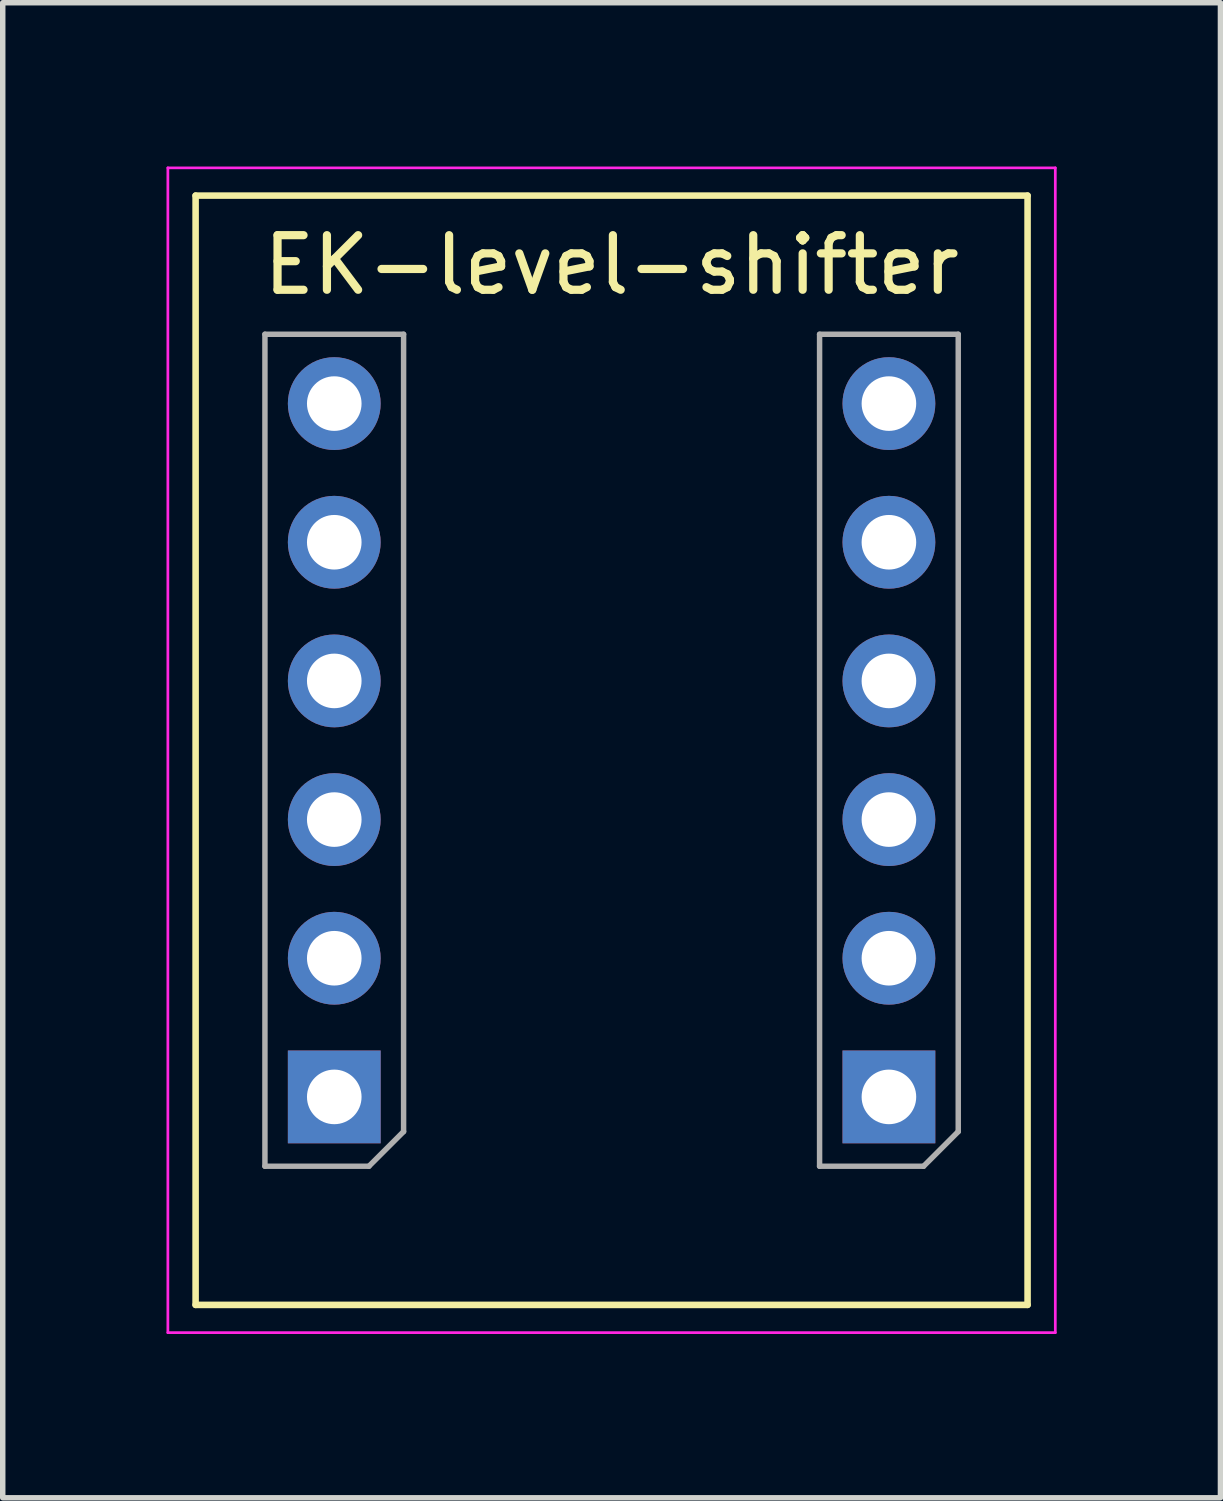
<source format=kicad_pcb>
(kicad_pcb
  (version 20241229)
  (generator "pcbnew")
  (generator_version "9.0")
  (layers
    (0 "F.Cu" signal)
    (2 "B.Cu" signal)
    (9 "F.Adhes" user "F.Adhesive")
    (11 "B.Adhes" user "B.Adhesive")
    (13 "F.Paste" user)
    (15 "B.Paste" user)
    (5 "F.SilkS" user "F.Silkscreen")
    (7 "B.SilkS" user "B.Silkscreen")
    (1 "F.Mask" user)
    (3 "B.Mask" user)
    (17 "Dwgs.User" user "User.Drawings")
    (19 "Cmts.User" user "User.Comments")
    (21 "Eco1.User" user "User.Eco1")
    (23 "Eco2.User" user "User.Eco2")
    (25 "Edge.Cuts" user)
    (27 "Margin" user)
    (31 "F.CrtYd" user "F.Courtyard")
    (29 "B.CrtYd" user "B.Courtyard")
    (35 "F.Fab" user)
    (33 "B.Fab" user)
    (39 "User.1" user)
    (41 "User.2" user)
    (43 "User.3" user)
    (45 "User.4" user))
  (footprint "EK-level-shifter"
    (layer "F.Cu")
    (at 3.073 4.343)
    (property "Reference" "EK-level-shifter" (at 5.08 -2.54 0) (layer "F.SilkS") (effects (font (size 1 1) (thickness 0.15))))
    (attr through_hole)
    (fp_line (start -2.54 16.51) (end -2.54 -3.81) (stroke (width 0.12) (type solid)) (layer "F.SilkS"))
    (fp_line (start 12.7 -3.81) (end -2.54 -3.81) (stroke (width 0.12) (type solid)) (layer "F.SilkS"))
    (fp_line (start 12.7 16.51) (end -2.54 16.51) (stroke (width 0.12) (type solid)) (layer "F.SilkS"))
    (fp_line (start 12.7 16.51) (end 12.7 -3.81) (stroke (width 0.12) (type solid)) (layer "F.SilkS"))
    (fp_line (start -3.048 -4.318) (end -3.048 17.018) (stroke (width 0.05) (type solid)) (layer "F.CrtYd"))
    (fp_line (start -3.048 17.018) (end 13.208 17.018) (stroke (width 0.05) (type solid)) (layer "F.CrtYd"))
    (fp_line (start 13.208 -4.318) (end -3.048 -4.318) (stroke (width 0.05) (type solid)) (layer "F.CrtYd"))
    (fp_line (start 13.208 -4.318) (end 13.208 17.018) (stroke (width 0.05) (type solid)) (layer "F.CrtYd"))
    (fp_line (start -1.27 -1.27) (end 1.27 -1.27) (stroke (width 0.1) (type solid)) (layer "F.Fab"))
    (fp_line (start -1.27 13.97) (end -1.27 -1.27) (stroke (width 0.1) (type solid)) (layer "F.Fab"))
    (fp_line (start 0.635 13.97) (end -1.27 13.97) (stroke (width 0.1) (type solid)) (layer "F.Fab"))
    (fp_line (start 1.27 -1.27) (end 1.27 13.335) (stroke (width 0.1) (type solid)) (layer "F.Fab"))
    (fp_line (start 1.27 13.335) (end 0.635 13.97) (stroke (width 0.1) (type solid)) (layer "F.Fab"))
    (fp_line (start 8.89 -1.27) (end 11.43 -1.27) (stroke (width 0.1) (type solid)) (layer "F.Fab"))
    (fp_line (start 8.89 13.97) (end 8.89 -1.27) (stroke (width 0.1) (type solid)) (layer "F.Fab"))
    (fp_line (start 10.795 13.97) (end 8.89 13.97) (stroke (width 0.1) (type solid)) (layer "F.Fab"))
    (fp_line (start 11.43 -1.27) (end 11.43 13.335) (stroke (width 0.1) (type solid)) (layer "F.Fab"))
    (fp_line (start 11.43 13.335) (end 10.795 13.97) (stroke (width 0.1) (type solid)) (layer "F.Fab"))
    (pad "1" thru_hole oval (at 0 0 180) (size 1.7 1.7) (drill 1) (layers "*.Cu" "*.Mask"))
    (pad "2" thru_hole oval (at 0 2.54 180) (size 1.7 1.7) (drill 1) (layers "*.Cu" "*.Mask"))
    (pad "3" thru_hole oval (at 0 5.08 180) (size 1.7 1.7) (drill 1) (layers "*.Cu" "*.Mask"))
    (pad "4" thru_hole oval (at 0 7.62 180) (size 1.7 1.7) (drill 1) (layers "*.Cu" "*.Mask"))
    (pad "5" thru_hole oval (at 0 10.16 180) (size 1.7 1.7) (drill 1) (layers "*.Cu" "*.Mask"))
    (pad "6" thru_hole rect (at 0 12.7 180) (size 1.7 1.7) (drill 1) (layers "*.Cu" "*.Mask"))
    (pad "7" thru_hole rect (at 10.16 12.7 180) (size 1.7 1.7) (drill 1) (layers "*.Cu" "*.Mask"))
    (pad "8" thru_hole oval (at 10.16 10.16 180) (size 1.7 1.7) (drill 1) (layers "*.Cu" "*.Mask"))
    (pad "9" thru_hole oval (at 10.16 7.62 180) (size 1.7 1.7) (drill 1) (layers "*.Cu" "*.Mask"))
    (pad "10" thru_hole oval (at 10.16 5.08 180) (size 1.7 1.7) (drill 1) (layers "*.Cu" "*.Mask"))
    (pad "11" thru_hole oval (at 10.16 2.54 180) (size 1.7 1.7) (drill 1) (layers "*.Cu" "*.Mask"))
    (pad "12" thru_hole oval (at 10.16 0 180) (size 1.7 1.7) (drill 1) (layers "*.Cu" "*.Mask")))
  (gr_rect
    (start -3 -3)
    (end 19.306 24.386)
    (stroke (width 0.1) (type default))
    (fill no)
    (layer "Edge.Cuts")))
</source>
